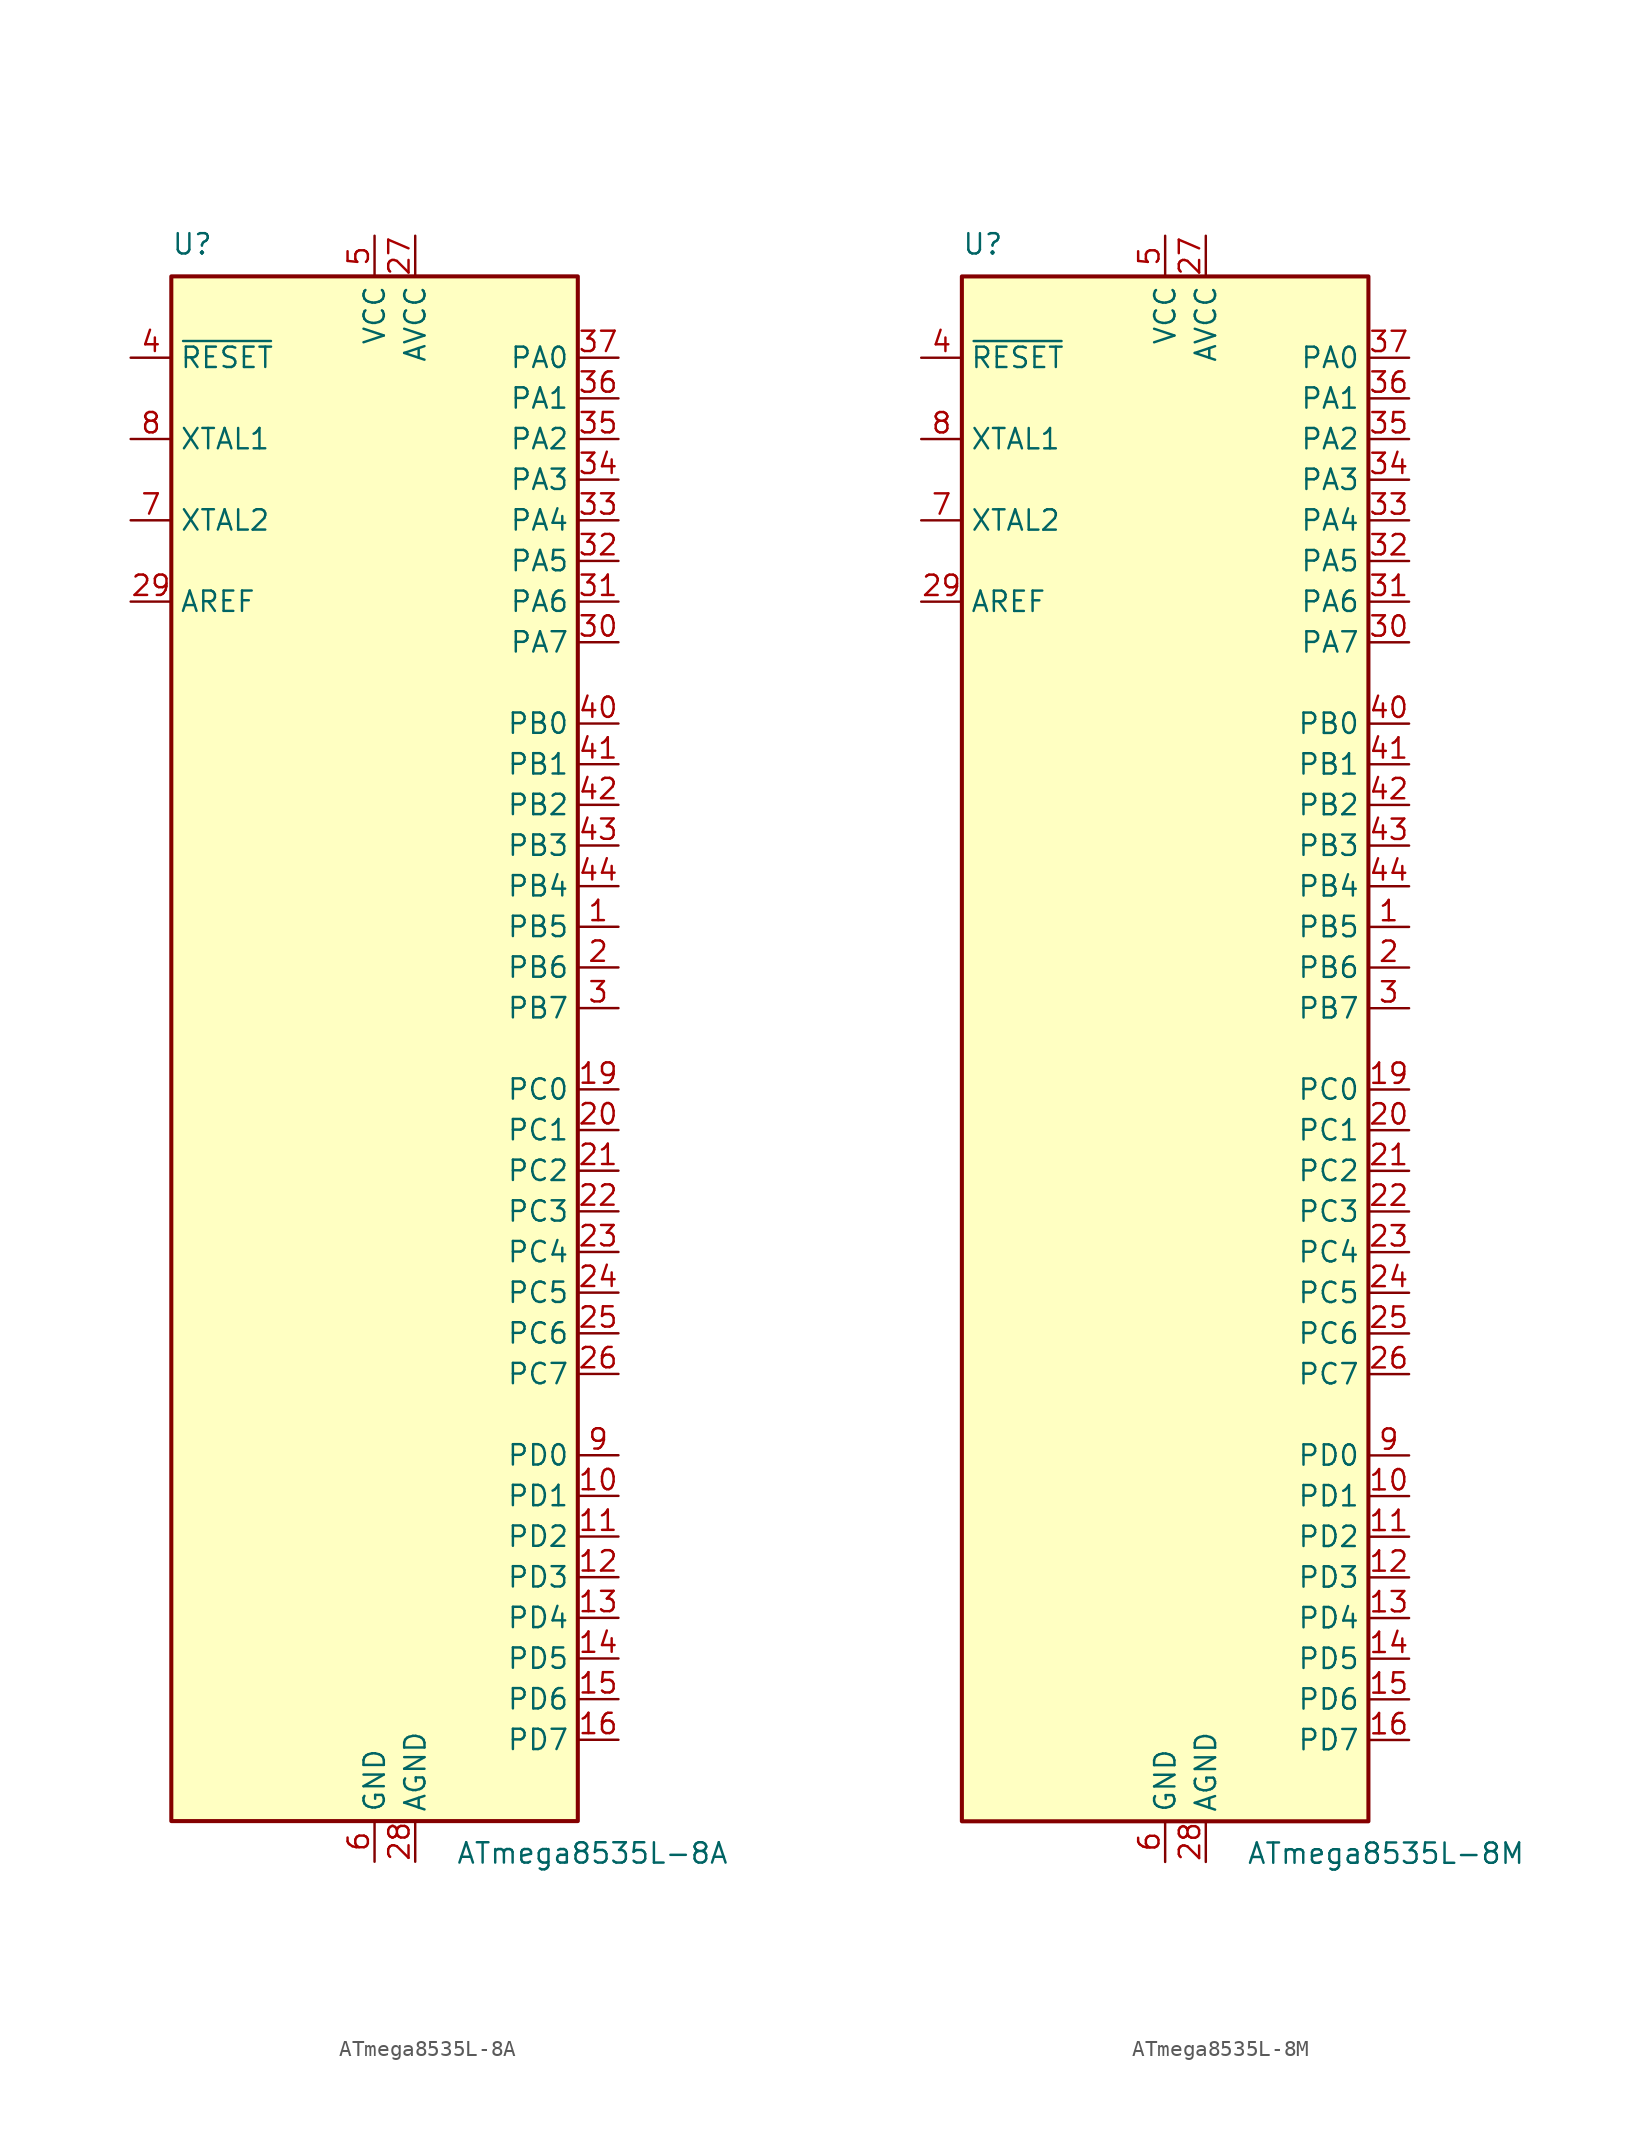
<source format=kicad_sym>
(kicad_symbol_lib
  (version 20231120)
  (generator "kicad_symbol_editor")
  (generator_version "8.0")
  (symbol "ATmega8535L-8A"
    (property "Reference" "U"
      (at -12.7 49.53 0)
      (effects (font (size 1.27 1.27)) (justify left bottom)))
    (property "Value" "ATmega8535L-8A"
      (at 5.08 -49.53 0)
      (effects (font (size 1.27 1.27)) (justify left top)))
    (symbol "ATmega8535L-8A_0_1"
      (rectangle (start -12.7 -48.26) (end 12.7 48.26) (stroke (width 0.254) (type default)) (fill (type background))))
    (symbol "ATmega8535L-8A_1_1"
      (pin bidirectional line (at 15.24 7.62 180) (length 2.54) (name "PB5" (effects (font (size 1.27 1.27)))) (number "1" (effects (font (size 1.27 1.27)))))
      (pin bidirectional line (at 15.24 -27.94 180) (length 2.54) (name "PD1" (effects (font (size 1.27 1.27)))) (number "10" (effects (font (size 1.27 1.27)))))
      (pin bidirectional line (at 15.24 -30.48 180) (length 2.54) (name "PD2" (effects (font (size 1.27 1.27)))) (number "11" (effects (font (size 1.27 1.27)))))
      (pin bidirectional line (at 15.24 -33.02 180) (length 2.54) (name "PD3" (effects (font (size 1.27 1.27)))) (number "12" (effects (font (size 1.27 1.27)))))
      (pin bidirectional line (at 15.24 -35.56 180) (length 2.54) (name "PD4" (effects (font (size 1.27 1.27)))) (number "13" (effects (font (size 1.27 1.27)))))
      (pin bidirectional line (at 15.24 -38.1 180) (length 2.54) (name "PD5" (effects (font (size 1.27 1.27)))) (number "14" (effects (font (size 1.27 1.27)))))
      (pin bidirectional line (at 15.24 -40.64 180) (length 2.54) (name "PD6" (effects (font (size 1.27 1.27)))) (number "15" (effects (font (size 1.27 1.27)))))
      (pin bidirectional line (at 15.24 -43.18 180) (length 2.54) (name "PD7" (effects (font (size 1.27 1.27)))) (number "16" (effects (font (size 1.27 1.27)))))
      (pin passive line (at 0 50.8 270) (length 2.54) hide (name "VCC" (effects (font (size 1.27 1.27)))) (number "17" (effects (font (size 1.27 1.27)))))
      (pin passive line (at 0 -50.8 90) (length 2.54) hide (name "GND" (effects (font (size 1.27 1.27)))) (number "18" (effects (font (size 1.27 1.27)))))
      (pin bidirectional line (at 15.24 -2.54 180) (length 2.54) (name "PC0" (effects (font (size 1.27 1.27)))) (number "19" (effects (font (size 1.27 1.27)))))
      (pin bidirectional line (at 15.24 5.08 180) (length 2.54) (name "PB6" (effects (font (size 1.27 1.27)))) (number "2" (effects (font (size 1.27 1.27)))))
      (pin bidirectional line (at 15.24 -5.08 180) (length 2.54) (name "PC1" (effects (font (size 1.27 1.27)))) (number "20" (effects (font (size 1.27 1.27)))))
      (pin bidirectional line (at 15.24 -7.62 180) (length 2.54) (name "PC2" (effects (font (size 1.27 1.27)))) (number "21" (effects (font (size 1.27 1.27)))))
      (pin bidirectional line (at 15.24 -10.16 180) (length 2.54) (name "PC3" (effects (font (size 1.27 1.27)))) (number "22" (effects (font (size 1.27 1.27)))))
      (pin bidirectional line (at 15.24 -12.7 180) (length 2.54) (name "PC4" (effects (font (size 1.27 1.27)))) (number "23" (effects (font (size 1.27 1.27)))))
      (pin bidirectional line (at 15.24 -15.24 180) (length 2.54) (name "PC5" (effects (font (size 1.27 1.27)))) (number "24" (effects (font (size 1.27 1.27)))))
      (pin bidirectional line (at 15.24 -17.78 180) (length 2.54) (name "PC6" (effects (font (size 1.27 1.27)))) (number "25" (effects (font (size 1.27 1.27)))))
      (pin bidirectional line (at 15.24 -20.32 180) (length 2.54) (name "PC7" (effects (font (size 1.27 1.27)))) (number "26" (effects (font (size 1.27 1.27)))))
      (pin power_in line (at 2.54 50.8 270) (length 2.54) (name "AVCC" (effects (font (size 1.27 1.27)))) (number "27" (effects (font (size 1.27 1.27)))))
      (pin power_in line (at 2.54 -50.8 90) (length 2.54) (name "AGND" (effects (font (size 1.27 1.27)))) (number "28" (effects (font (size 1.27 1.27)))))
      (pin passive line (at -15.24 27.94 0) (length 2.54) (name "AREF" (effects (font (size 1.27 1.27)))) (number "29" (effects (font (size 1.27 1.27)))))
      (pin bidirectional line (at 15.24 2.54 180) (length 2.54) (name "PB7" (effects (font (size 1.27 1.27)))) (number "3" (effects (font (size 1.27 1.27)))))
      (pin bidirectional line (at 15.24 25.4 180) (length 2.54) (name "PA7" (effects (font (size 1.27 1.27)))) (number "30" (effects (font (size 1.27 1.27)))))
      (pin bidirectional line (at 15.24 27.94 180) (length 2.54) (name "PA6" (effects (font (size 1.27 1.27)))) (number "31" (effects (font (size 1.27 1.27)))))
      (pin bidirectional line (at 15.24 30.48 180) (length 2.54) (name "PA5" (effects (font (size 1.27 1.27)))) (number "32" (effects (font (size 1.27 1.27)))))
      (pin bidirectional line (at 15.24 33.02 180) (length 2.54) (name "PA4" (effects (font (size 1.27 1.27)))) (number "33" (effects (font (size 1.27 1.27)))))
      (pin bidirectional line (at 15.24 35.56 180) (length 2.54) (name "PA3" (effects (font (size 1.27 1.27)))) (number "34" (effects (font (size 1.27 1.27)))))
      (pin bidirectional line (at 15.24 38.1 180) (length 2.54) (name "PA2" (effects (font (size 1.27 1.27)))) (number "35" (effects (font (size 1.27 1.27)))))
      (pin bidirectional line (at 15.24 40.64 180) (length 2.54) (name "PA1" (effects (font (size 1.27 1.27)))) (number "36" (effects (font (size 1.27 1.27)))))
      (pin bidirectional line (at 15.24 43.18 180) (length 2.54) (name "PA0" (effects (font (size 1.27 1.27)))) (number "37" (effects (font (size 1.27 1.27)))))
      (pin passive line (at 0 50.8 270) (length 2.54) hide (name "VCC" (effects (font (size 1.27 1.27)))) (number "38" (effects (font (size 1.27 1.27)))))
      (pin passive line (at 0 -50.8 90) (length 2.54) hide (name "GND" (effects (font (size 1.27 1.27)))) (number "39" (effects (font (size 1.27 1.27)))))
      (pin input line (at -15.24 43.18 0) (length 2.54) (name "~{RESET}" (effects (font (size 1.27 1.27)))) (number "4" (effects (font (size 1.27 1.27)))))
      (pin bidirectional line (at 15.24 20.32 180) (length 2.54) (name "PB0" (effects (font (size 1.27 1.27)))) (number "40" (effects (font (size 1.27 1.27)))))
      (pin bidirectional line (at 15.24 17.78 180) (length 2.54) (name "PB1" (effects (font (size 1.27 1.27)))) (number "41" (effects (font (size 1.27 1.27)))))
      (pin bidirectional line (at 15.24 15.24 180) (length 2.54) (name "PB2" (effects (font (size 1.27 1.27)))) (number "42" (effects (font (size 1.27 1.27)))))
      (pin bidirectional line (at 15.24 12.7 180) (length 2.54) (name "PB3" (effects (font (size 1.27 1.27)))) (number "43" (effects (font (size 1.27 1.27)))))
      (pin bidirectional line (at 15.24 10.16 180) (length 2.54) (name "PB4" (effects (font (size 1.27 1.27)))) (number "44" (effects (font (size 1.27 1.27)))))
      (pin power_in line (at 0 50.8 270) (length 2.54) (name "VCC" (effects (font (size 1.27 1.27)))) (number "5" (effects (font (size 1.27 1.27)))))
      (pin power_in line (at 0 -50.8 90) (length 2.54) (name "GND" (effects (font (size 1.27 1.27)))) (number "6" (effects (font (size 1.27 1.27)))))
      (pin output line (at -15.24 33.02 0) (length 2.54) (name "XTAL2" (effects (font (size 1.27 1.27)))) (number "7" (effects (font (size 1.27 1.27)))))
      (pin input line (at -15.24 38.1 0) (length 2.54) (name "XTAL1" (effects (font (size 1.27 1.27)))) (number "8" (effects (font (size 1.27 1.27)))))
      (pin bidirectional line (at 15.24 -25.4 180) (length 2.54) (name "PD0" (effects (font (size 1.27 1.27)))) (number "9" (effects (font (size 1.27 1.27)))))))
  (symbol "ATmega8535L-8M"
    (property "Reference" "U"
      (at -12.7 49.53 0)
      (effects (font (size 1.27 1.27)) (justify left bottom)))
    (property "Value" "ATmega8535L-8M"
      (at 5.08 -49.53 0)
      (effects (font (size 1.27 1.27)) (justify left top)))
    (symbol "ATmega8535L-8M_0_1"
      (rectangle (start -12.7 -48.26) (end 12.7 48.26) (stroke (width 0.254) (type default)) (fill (type background))))
    (symbol "ATmega8535L-8M_1_1"
      (pin bidirectional line (at 15.24 7.62 180) (length 2.54) (name "PB5" (effects (font (size 1.27 1.27)))) (number "1" (effects (font (size 1.27 1.27)))))
      (pin bidirectional line (at 15.24 -27.94 180) (length 2.54) (name "PD1" (effects (font (size 1.27 1.27)))) (number "10" (effects (font (size 1.27 1.27)))))
      (pin bidirectional line (at 15.24 -30.48 180) (length 2.54) (name "PD2" (effects (font (size 1.27 1.27)))) (number "11" (effects (font (size 1.27 1.27)))))
      (pin bidirectional line (at 15.24 -33.02 180) (length 2.54) (name "PD3" (effects (font (size 1.27 1.27)))) (number "12" (effects (font (size 1.27 1.27)))))
      (pin bidirectional line (at 15.24 -35.56 180) (length 2.54) (name "PD4" (effects (font (size 1.27 1.27)))) (number "13" (effects (font (size 1.27 1.27)))))
      (pin bidirectional line (at 15.24 -38.1 180) (length 2.54) (name "PD5" (effects (font (size 1.27 1.27)))) (number "14" (effects (font (size 1.27 1.27)))))
      (pin bidirectional line (at 15.24 -40.64 180) (length 2.54) (name "PD6" (effects (font (size 1.27 1.27)))) (number "15" (effects (font (size 1.27 1.27)))))
      (pin bidirectional line (at 15.24 -43.18 180) (length 2.54) (name "PD7" (effects (font (size 1.27 1.27)))) (number "16" (effects (font (size 1.27 1.27)))))
      (pin passive line (at 0 50.8 270) (length 2.54) hide (name "VCC" (effects (font (size 1.27 1.27)))) (number "17" (effects (font (size 1.27 1.27)))))
      (pin passive line (at 0 -50.8 90) (length 2.54) hide (name "GND" (effects (font (size 1.27 1.27)))) (number "18" (effects (font (size 1.27 1.27)))))
      (pin bidirectional line (at 15.24 -2.54 180) (length 2.54) (name "PC0" (effects (font (size 1.27 1.27)))) (number "19" (effects (font (size 1.27 1.27)))))
      (pin bidirectional line (at 15.24 5.08 180) (length 2.54) (name "PB6" (effects (font (size 1.27 1.27)))) (number "2" (effects (font (size 1.27 1.27)))))
      (pin bidirectional line (at 15.24 -5.08 180) (length 2.54) (name "PC1" (effects (font (size 1.27 1.27)))) (number "20" (effects (font (size 1.27 1.27)))))
      (pin bidirectional line (at 15.24 -7.62 180) (length 2.54) (name "PC2" (effects (font (size 1.27 1.27)))) (number "21" (effects (font (size 1.27 1.27)))))
      (pin bidirectional line (at 15.24 -10.16 180) (length 2.54) (name "PC3" (effects (font (size 1.27 1.27)))) (number "22" (effects (font (size 1.27 1.27)))))
      (pin bidirectional line (at 15.24 -12.7 180) (length 2.54) (name "PC4" (effects (font (size 1.27 1.27)))) (number "23" (effects (font (size 1.27 1.27)))))
      (pin bidirectional line (at 15.24 -15.24 180) (length 2.54) (name "PC5" (effects (font (size 1.27 1.27)))) (number "24" (effects (font (size 1.27 1.27)))))
      (pin bidirectional line (at 15.24 -17.78 180) (length 2.54) (name "PC6" (effects (font (size 1.27 1.27)))) (number "25" (effects (font (size 1.27 1.27)))))
      (pin bidirectional line (at 15.24 -20.32 180) (length 2.54) (name "PC7" (effects (font (size 1.27 1.27)))) (number "26" (effects (font (size 1.27 1.27)))))
      (pin power_in line (at 2.54 50.8 270) (length 2.54) (name "AVCC" (effects (font (size 1.27 1.27)))) (number "27" (effects (font (size 1.27 1.27)))))
      (pin power_in line (at 2.54 -50.8 90) (length 2.54) (name "AGND" (effects (font (size 1.27 1.27)))) (number "28" (effects (font (size 1.27 1.27)))))
      (pin passive line (at -15.24 27.94 0) (length 2.54) (name "AREF" (effects (font (size 1.27 1.27)))) (number "29" (effects (font (size 1.27 1.27)))))
      (pin bidirectional line (at 15.24 2.54 180) (length 2.54) (name "PB7" (effects (font (size 1.27 1.27)))) (number "3" (effects (font (size 1.27 1.27)))))
      (pin bidirectional line (at 15.24 25.4 180) (length 2.54) (name "PA7" (effects (font (size 1.27 1.27)))) (number "30" (effects (font (size 1.27 1.27)))))
      (pin bidirectional line (at 15.24 27.94 180) (length 2.54) (name "PA6" (effects (font (size 1.27 1.27)))) (number "31" (effects (font (size 1.27 1.27)))))
      (pin bidirectional line (at 15.24 30.48 180) (length 2.54) (name "PA5" (effects (font (size 1.27 1.27)))) (number "32" (effects (font (size 1.27 1.27)))))
      (pin bidirectional line (at 15.24 33.02 180) (length 2.54) (name "PA4" (effects (font (size 1.27 1.27)))) (number "33" (effects (font (size 1.27 1.27)))))
      (pin bidirectional line (at 15.24 35.56 180) (length 2.54) (name "PA3" (effects (font (size 1.27 1.27)))) (number "34" (effects (font (size 1.27 1.27)))))
      (pin bidirectional line (at 15.24 38.1 180) (length 2.54) (name "PA2" (effects (font (size 1.27 1.27)))) (number "35" (effects (font (size 1.27 1.27)))))
      (pin bidirectional line (at 15.24 40.64 180) (length 2.54) (name "PA1" (effects (font (size 1.27 1.27)))) (number "36" (effects (font (size 1.27 1.27)))))
      (pin bidirectional line (at 15.24 43.18 180) (length 2.54) (name "PA0" (effects (font (size 1.27 1.27)))) (number "37" (effects (font (size 1.27 1.27)))))
      (pin passive line (at 0 50.8 270) (length 2.54) hide (name "VCC" (effects (font (size 1.27 1.27)))) (number "38" (effects (font (size 1.27 1.27)))))
      (pin passive line (at 0 -50.8 90) (length 2.54) hide (name "GND" (effects (font (size 1.27 1.27)))) (number "39" (effects (font (size 1.27 1.27)))))
      (pin input line (at -15.24 43.18 0) (length 2.54) (name "~{RESET}" (effects (font (size 1.27 1.27)))) (number "4" (effects (font (size 1.27 1.27)))))
      (pin bidirectional line (at 15.24 20.32 180) (length 2.54) (name "PB0" (effects (font (size 1.27 1.27)))) (number "40" (effects (font (size 1.27 1.27)))))
      (pin bidirectional line (at 15.24 17.78 180) (length 2.54) (name "PB1" (effects (font (size 1.27 1.27)))) (number "41" (effects (font (size 1.27 1.27)))))
      (pin bidirectional line (at 15.24 15.24 180) (length 2.54) (name "PB2" (effects (font (size 1.27 1.27)))) (number "42" (effects (font (size 1.27 1.27)))))
      (pin bidirectional line (at 15.24 12.7 180) (length 2.54) (name "PB3" (effects (font (size 1.27 1.27)))) (number "43" (effects (font (size 1.27 1.27)))))
      (pin bidirectional line (at 15.24 10.16 180) (length 2.54) (name "PB4" (effects (font (size 1.27 1.27)))) (number "44" (effects (font (size 1.27 1.27)))))
      (pin passive line (at 0 -50.8 90) (length 2.54) hide (name "GND" (effects (font (size 1.27 1.27)))) (number "45" (effects (font (size 1.27 1.27)))))
      (pin power_in line (at 0 50.8 270) (length 2.54) (name "VCC" (effects (font (size 1.27 1.27)))) (number "5" (effects (font (size 1.27 1.27)))))
      (pin power_in line (at 0 -50.8 90) (length 2.54) (name "GND" (effects (font (size 1.27 1.27)))) (number "6" (effects (font (size 1.27 1.27)))))
      (pin output line (at -15.24 33.02 0) (length 2.54) (name "XTAL2" (effects (font (size 1.27 1.27)))) (number "7" (effects (font (size 1.27 1.27)))))
      (pin input line (at -15.24 38.1 0) (length 2.54) (name "XTAL1" (effects (font (size 1.27 1.27)))) (number "8" (effects (font (size 1.27 1.27)))))
      (pin bidirectional line (at 15.24 -25.4 180) (length 2.54) (name "PD0" (effects (font (size 1.27 1.27)))) (number "9" (effects (font (size 1.27 1.27))))))))
</source>
